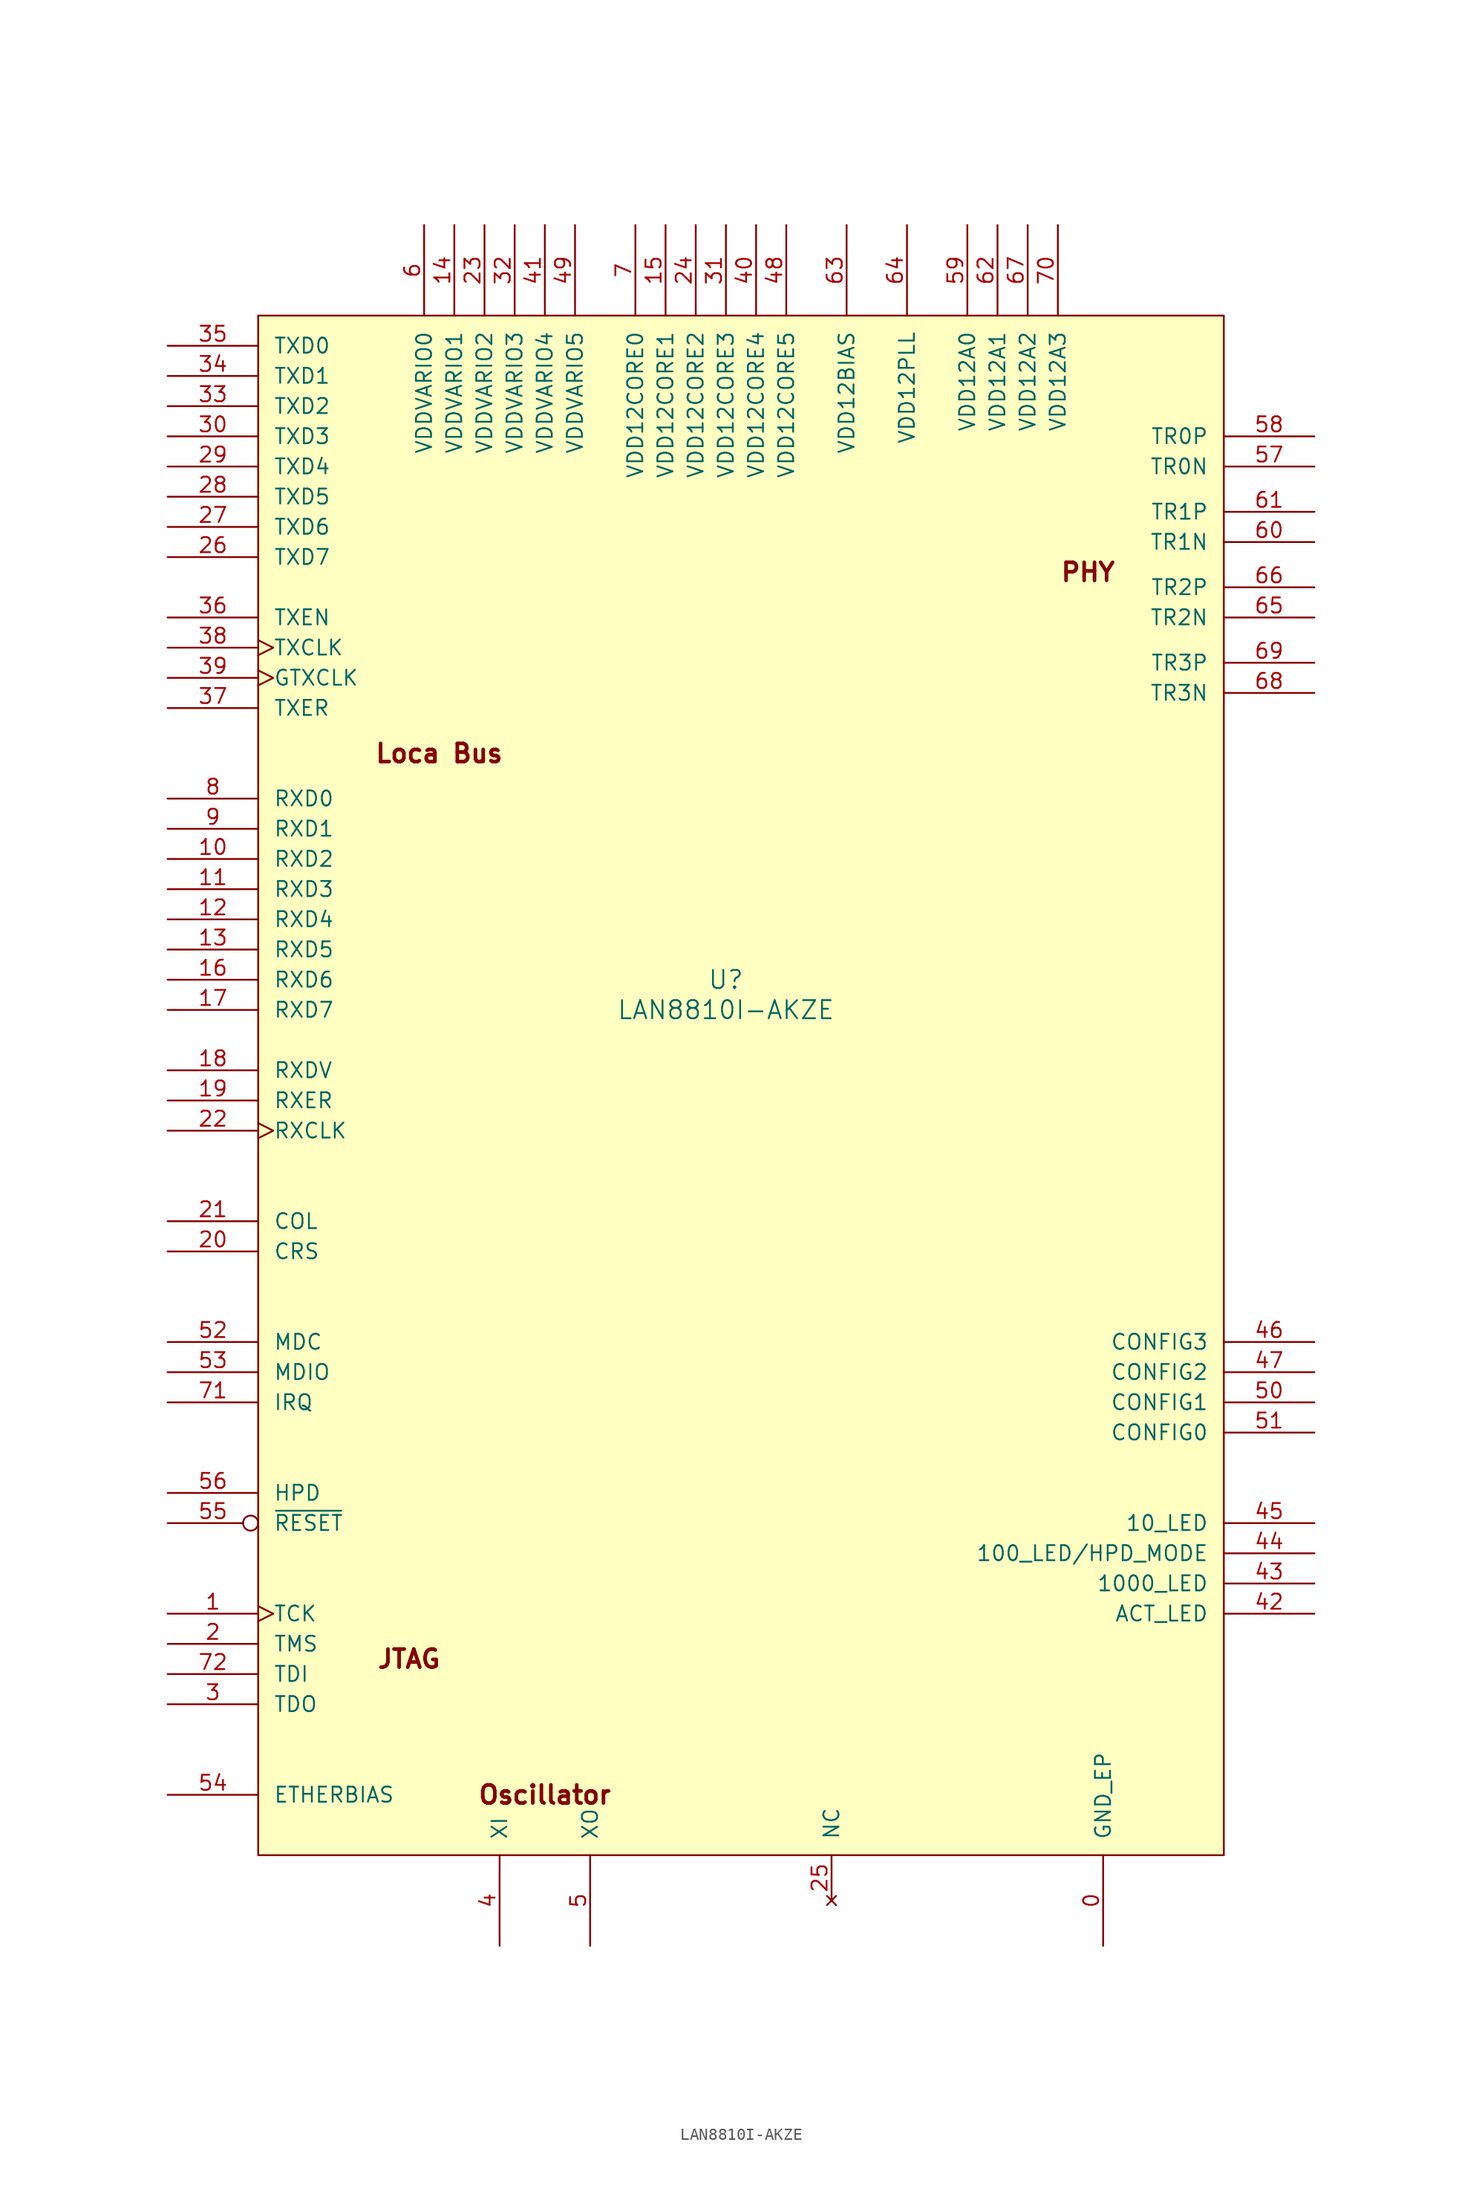
<source format=kicad_sym>
(kicad_symbol_lib
  (version 20230620)
  (generator kicad_symbol_editor)
  (symbol "LAN8810I-AKZE"
    (pin_names
      (offset 1.27))
    (property "Reference" "U"
      (at 0 8.89 0)
      (effects (font (size 1.524 1.524))))
    (property "Value" "LAN8810I-AKZE"
      (at 0 6.35 0)
      (effects (font (size 1.524 1.524))))
    (property "Datasheet" ""
      (at -46.99 62.23 0)
      (effects (font (size 1.524 1.524))))
    (symbol "LAN8810I-AKZE_0_0"
      (text "JTAG" (at -26.67 -48.26 0) (effects (font (size 1.524 1.524) bold)))
      (text "Loca Bus" (at -24.13 27.94 0) (effects (font (size 1.524 1.524) bold)))
      (text "Oscillator" (at -15.24 -59.69 0) (effects (font (size 1.524 1.524) bold)))
      (text "PHY" (at 30.48 43.18 0) (effects (font (size 1.524 1.524) bold))))
    (symbol "LAN8810I-AKZE_1_1"
      (rectangle (start -39.37 64.77) (end 41.91 -64.77) (stroke (width 0) (type default)) (fill (type background)))
      (pin power_in line (at 31.75 -72.39 90) (length 7.62) (name "GND_EP" (effects (font (size 1.27 1.27)))) (number "0" (effects (font (size 1.27 1.27)))))
      (pin input clock (at -46.99 -44.45 0) (length 7.62) (name "TCK" (effects (font (size 1.27 1.27)))) (number "1" (effects (font (size 1.27 1.27)))))
      (pin output line (at -46.99 19.05 0) (length 7.62) (name "RXD2" (effects (font (size 1.27 1.27)))) (number "10" (effects (font (size 1.27 1.27)))))
      (pin output line (at -46.99 16.51 0) (length 7.62) (name "RXD3" (effects (font (size 1.27 1.27)))) (number "11" (effects (font (size 1.27 1.27)))))
      (pin output line (at -46.99 13.97 0) (length 7.62) (name "RXD4" (effects (font (size 1.27 1.27)))) (number "12" (effects (font (size 1.27 1.27)))))
      (pin output line (at -46.99 11.43 0) (length 7.62) (name "RXD5" (effects (font (size 1.27 1.27)))) (number "13" (effects (font (size 1.27 1.27)))))
      (pin power_in line (at -22.86 72.39 270) (length 7.62) (name "VDDVARIO1" (effects (font (size 1.27 1.27)))) (number "14" (effects (font (size 1.27 1.27)))))
      (pin power_in line (at -5.08 72.39 270) (length 7.62) (name "VDD12CORE1" (effects (font (size 1.27 1.27)))) (number "15" (effects (font (size 1.27 1.27)))))
      (pin output line (at -46.99 8.89 0) (length 7.62) (name "RXD6" (effects (font (size 1.27 1.27)))) (number "16" (effects (font (size 1.27 1.27)))))
      (pin output line (at -46.99 6.35 0) (length 7.62) (name "RXD7" (effects (font (size 1.27 1.27)))) (number "17" (effects (font (size 1.27 1.27)))))
      (pin output line (at -46.99 1.27 0) (length 7.62) (name "RXDV" (effects (font (size 1.27 1.27)))) (number "18" (effects (font (size 1.27 1.27)))))
      (pin output line (at -46.99 -1.27 0) (length 7.62) (name "RXER" (effects (font (size 1.27 1.27)))) (number "19" (effects (font (size 1.27 1.27)))))
      (pin input line (at -46.99 -46.99 0) (length 7.62) (name "TMS" (effects (font (size 1.27 1.27)))) (number "2" (effects (font (size 1.27 1.27)))))
      (pin output line (at -46.99 -13.97 0) (length 7.62) (name "CRS" (effects (font (size 1.27 1.27)))) (number "20" (effects (font (size 1.27 1.27)))))
      (pin output line (at -46.99 -11.43 0) (length 7.62) (name "COL" (effects (font (size 1.27 1.27)))) (number "21" (effects (font (size 1.27 1.27)))))
      (pin output clock (at -46.99 -3.81 0) (length 7.62) (name "RXCLK" (effects (font (size 1.27 1.27)))) (number "22" (effects (font (size 1.27 1.27)))))
      (pin power_in line (at -20.32 72.39 270) (length 7.62) (name "VDDVARIO2" (effects (font (size 1.27 1.27)))) (number "23" (effects (font (size 1.27 1.27)))))
      (pin power_in line (at -2.54 72.39 270) (length 7.62) (name "VDD12CORE2" (effects (font (size 1.27 1.27)))) (number "24" (effects (font (size 1.27 1.27)))))
      (pin no_connect line (at 8.89 -68.58 90) (length 3.81) (name "NC" (effects (font (size 1.27 1.27)))) (number "25" (effects (font (size 1.27 1.27)))))
      (pin input line (at -46.99 44.45 0) (length 7.62) (name "TXD7" (effects (font (size 1.27 1.27)))) (number "26" (effects (font (size 1.27 1.27)))))
      (pin input line (at -46.99 46.99 0) (length 7.62) (name "TXD6" (effects (font (size 1.27 1.27)))) (number "27" (effects (font (size 1.27 1.27)))))
      (pin input line (at -46.99 49.53 0) (length 7.62) (name "TXD5" (effects (font (size 1.27 1.27)))) (number "28" (effects (font (size 1.27 1.27)))))
      (pin input line (at -46.99 52.07 0) (length 7.62) (name "TXD4" (effects (font (size 1.27 1.27)))) (number "29" (effects (font (size 1.27 1.27)))))
      (pin output line (at -46.99 -52.07 0) (length 7.62) (name "TDO" (effects (font (size 1.27 1.27)))) (number "3" (effects (font (size 1.27 1.27)))))
      (pin input line (at -46.99 54.61 0) (length 7.62) (name "TXD3" (effects (font (size 1.27 1.27)))) (number "30" (effects (font (size 1.27 1.27)))))
      (pin power_in line (at 0 72.39 270) (length 7.62) (name "VDD12CORE3" (effects (font (size 1.27 1.27)))) (number "31" (effects (font (size 1.27 1.27)))))
      (pin power_in line (at -17.78 72.39 270) (length 7.62) (name "VDDVARIO3" (effects (font (size 1.27 1.27)))) (number "32" (effects (font (size 1.27 1.27)))))
      (pin input line (at -46.99 57.15 0) (length 7.62) (name "TXD2" (effects (font (size 1.27 1.27)))) (number "33" (effects (font (size 1.27 1.27)))))
      (pin input line (at -46.99 59.69 0) (length 7.62) (name "TXD1" (effects (font (size 1.27 1.27)))) (number "34" (effects (font (size 1.27 1.27)))))
      (pin input line (at -46.99 62.23 0) (length 7.62) (name "TXD0" (effects (font (size 1.27 1.27)))) (number "35" (effects (font (size 1.27 1.27)))))
      (pin input line (at -46.99 39.37 0) (length 7.62) (name "TXEN" (effects (font (size 1.27 1.27)))) (number "36" (effects (font (size 1.27 1.27)))))
      (pin input line (at -46.99 31.75 0) (length 7.62) (name "TXER" (effects (font (size 1.27 1.27)))) (number "37" (effects (font (size 1.27 1.27)))))
      (pin output clock (at -46.99 36.83 0) (length 7.62) (name "TXCLK" (effects (font (size 1.27 1.27)))) (number "38" (effects (font (size 1.27 1.27)))))
      (pin input clock (at -46.99 34.29 0) (length 7.62) (name "GTXCLK" (effects (font (size 1.27 1.27)))) (number "39" (effects (font (size 1.27 1.27)))))
      (pin input line (at -19.05 -72.39 90) (length 7.62) (name "XI" (effects (font (size 1.27 1.27)))) (number "4" (effects (font (size 1.27 1.27)))))
      (pin power_in line (at 2.54 72.39 270) (length 7.62) (name "VDD12CORE4" (effects (font (size 1.27 1.27)))) (number "40" (effects (font (size 1.27 1.27)))))
      (pin power_in line (at -15.24 72.39 270) (length 7.62) (name "VDDVARIO4" (effects (font (size 1.27 1.27)))) (number "41" (effects (font (size 1.27 1.27)))))
      (pin passive line (at 49.53 -44.45 180) (length 7.62) (name "ACT_LED" (effects (font (size 1.27 1.27)))) (number "42" (effects (font (size 1.27 1.27)))))
      (pin passive line (at 49.53 -41.91 180) (length 7.62) (name "1000_LED" (effects (font (size 1.27 1.27)))) (number "43" (effects (font (size 1.27 1.27)))))
      (pin passive line (at 49.53 -39.37 180) (length 7.62) (name "100_LED/HPD_MODE" (effects (font (size 1.27 1.27)))) (number "44" (effects (font (size 1.27 1.27)))))
      (pin passive line (at 49.53 -36.83 180) (length 7.62) (name "10_LED" (effects (font (size 1.27 1.27)))) (number "45" (effects (font (size 1.27 1.27)))))
      (pin input line (at 49.53 -21.59 180) (length 7.62) (name "CONFIG3" (effects (font (size 1.27 1.27)))) (number "46" (effects (font (size 1.27 1.27)))))
      (pin input line (at 49.53 -24.13 180) (length 7.62) (name "CONFIG2" (effects (font (size 1.27 1.27)))) (number "47" (effects (font (size 1.27 1.27)))))
      (pin power_in line (at 5.08 72.39 270) (length 7.62) (name "VDD12CORE5" (effects (font (size 1.27 1.27)))) (number "48" (effects (font (size 1.27 1.27)))))
      (pin power_in line (at -12.7 72.39 270) (length 7.62) (name "VDDVARIO5" (effects (font (size 1.27 1.27)))) (number "49" (effects (font (size 1.27 1.27)))))
      (pin output line (at -11.43 -72.39 90) (length 7.62) (name "XO" (effects (font (size 1.27 1.27)))) (number "5" (effects (font (size 1.27 1.27)))))
      (pin input line (at 49.53 -26.67 180) (length 7.62) (name "CONFIG1" (effects (font (size 1.27 1.27)))) (number "50" (effects (font (size 1.27 1.27)))))
      (pin input line (at 49.53 -29.21 180) (length 7.62) (name "CONFIG0" (effects (font (size 1.27 1.27)))) (number "51" (effects (font (size 1.27 1.27)))))
      (pin input line (at -46.99 -21.59 0) (length 7.62) (name "MDC" (effects (font (size 1.27 1.27)))) (number "52" (effects (font (size 1.27 1.27)))))
      (pin bidirectional line (at -46.99 -24.13 0) (length 7.62) (name "MDIO" (effects (font (size 1.27 1.27)))) (number "53" (effects (font (size 1.27 1.27)))))
      (pin input line (at -46.99 -59.69 0) (length 7.62) (name "ETHERBIAS" (effects (font (size 1.27 1.27)))) (number "54" (effects (font (size 1.27 1.27)))))
      (pin input inverted (at -46.99 -36.83 0) (length 7.62) (name "~{RESET}" (effects (font (size 1.27 1.27)))) (number "55" (effects (font (size 1.27 1.27)))))
      (pin input line (at -46.99 -34.29 0) (length 7.62) (name "HPD" (effects (font (size 1.27 1.27)))) (number "56" (effects (font (size 1.27 1.27)))))
      (pin bidirectional line (at 49.53 52.07 180) (length 7.62) (name "TR0N" (effects (font (size 1.27 1.27)))) (number "57" (effects (font (size 1.27 1.27)))))
      (pin bidirectional line (at 49.53 54.61 180) (length 7.62) (name "TR0P" (effects (font (size 1.27 1.27)))) (number "58" (effects (font (size 1.27 1.27)))))
      (pin power_in line (at 20.32 72.39 270) (length 7.62) (name "VDD12A0" (effects (font (size 1.27 1.27)))) (number "59" (effects (font (size 1.27 1.27)))))
      (pin power_in line (at -25.4 72.39 270) (length 7.62) (name "VDDVARIO0" (effects (font (size 1.27 1.27)))) (number "6" (effects (font (size 1.27 1.27)))))
      (pin bidirectional line (at 49.53 45.72 180) (length 7.62) (name "TR1N" (effects (font (size 1.27 1.27)))) (number "60" (effects (font (size 1.27 1.27)))))
      (pin bidirectional line (at 49.53 48.26 180) (length 7.62) (name "TR1P" (effects (font (size 1.27 1.27)))) (number "61" (effects (font (size 1.27 1.27)))))
      (pin power_in line (at 22.86 72.39 270) (length 7.62) (name "VDD12A1" (effects (font (size 1.27 1.27)))) (number "62" (effects (font (size 1.27 1.27)))))
      (pin power_in line (at 10.16 72.39 270) (length 7.62) (name "VDD12BIAS" (effects (font (size 1.27 1.27)))) (number "63" (effects (font (size 1.27 1.27)))))
      (pin power_in line (at 15.24 72.39 270) (length 7.62) (name "VDD12PLL" (effects (font (size 1.27 1.27)))) (number "64" (effects (font (size 1.27 1.27)))))
      (pin bidirectional line (at 49.53 39.37 180) (length 7.62) (name "TR2N" (effects (font (size 1.27 1.27)))) (number "65" (effects (font (size 1.27 1.27)))))
      (pin bidirectional line (at 49.53 41.91 180) (length 7.62) (name "TR2P" (effects (font (size 1.27 1.27)))) (number "66" (effects (font (size 1.27 1.27)))))
      (pin power_in line (at 25.4 72.39 270) (length 7.62) (name "VDD12A2" (effects (font (size 1.27 1.27)))) (number "67" (effects (font (size 1.27 1.27)))))
      (pin bidirectional line (at 49.53 33.02 180) (length 7.62) (name "TR3N" (effects (font (size 1.27 1.27)))) (number "68" (effects (font (size 1.27 1.27)))))
      (pin bidirectional line (at 49.53 35.56 180) (length 7.62) (name "TR3P" (effects (font (size 1.27 1.27)))) (number "69" (effects (font (size 1.27 1.27)))))
      (pin power_in line (at -7.62 72.39 270) (length 7.62) (name "VDD12CORE0" (effects (font (size 1.27 1.27)))) (number "7" (effects (font (size 1.27 1.27)))))
      (pin power_in line (at 27.94 72.39 270) (length 7.62) (name "VDD12A3" (effects (font (size 1.27 1.27)))) (number "70" (effects (font (size 1.27 1.27)))))
      (pin output line (at -46.99 -26.67 0) (length 7.62) (name "IRQ" (effects (font (size 1.27 1.27)))) (number "71" (effects (font (size 1.27 1.27)))))
      (pin input line (at -46.99 -49.53 0) (length 7.62) (name "TDI" (effects (font (size 1.27 1.27)))) (number "72" (effects (font (size 1.27 1.27)))))
      (pin output line (at -46.99 24.13 0) (length 7.62) (name "RXD0" (effects (font (size 1.27 1.27)))) (number "8" (effects (font (size 1.27 1.27)))))
      (pin output line (at -46.99 21.59 0) (length 7.62) (name "RXD1" (effects (font (size 1.27 1.27)))) (number "9" (effects (font (size 1.27 1.27))))))))
</source>
